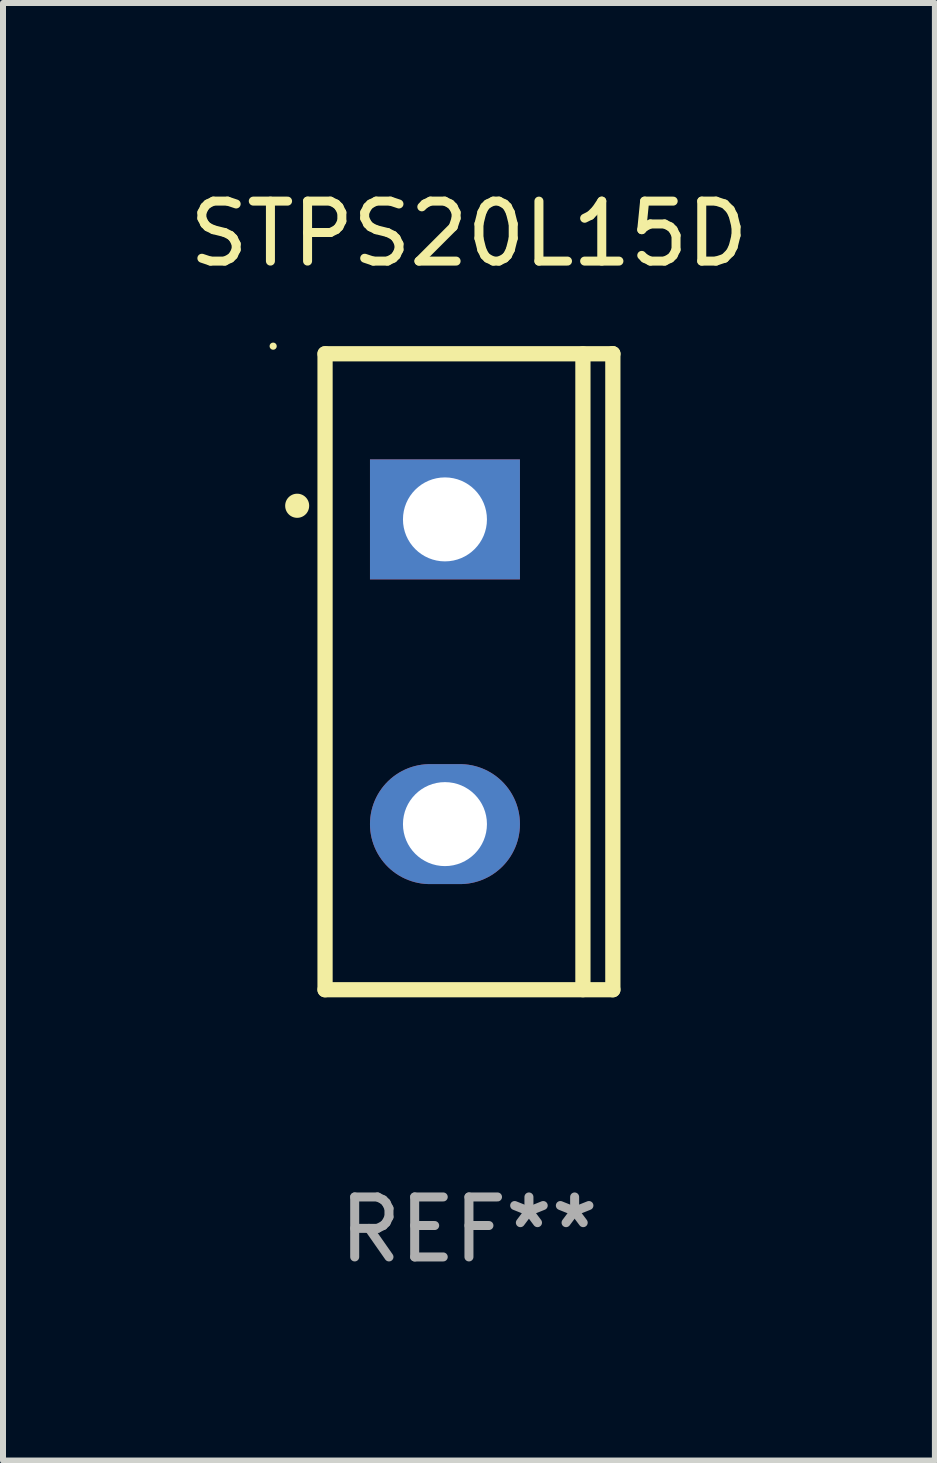
<source format=kicad_pcb>
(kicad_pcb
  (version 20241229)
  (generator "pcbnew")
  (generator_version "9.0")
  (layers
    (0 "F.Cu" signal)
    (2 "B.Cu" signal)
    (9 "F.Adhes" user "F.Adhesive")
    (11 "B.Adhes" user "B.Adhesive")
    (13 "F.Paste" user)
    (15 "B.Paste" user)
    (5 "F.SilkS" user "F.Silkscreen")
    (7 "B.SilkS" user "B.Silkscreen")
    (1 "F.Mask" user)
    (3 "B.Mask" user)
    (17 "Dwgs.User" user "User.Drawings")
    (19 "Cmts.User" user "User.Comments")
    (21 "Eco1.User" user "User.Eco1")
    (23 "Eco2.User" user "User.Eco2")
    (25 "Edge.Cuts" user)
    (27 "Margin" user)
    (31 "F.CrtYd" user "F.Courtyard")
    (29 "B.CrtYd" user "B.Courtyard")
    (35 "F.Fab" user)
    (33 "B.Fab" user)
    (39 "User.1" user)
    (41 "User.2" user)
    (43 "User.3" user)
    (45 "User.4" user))
  (footprint "STPS20L15D"
    (layer "F.Cu")
    (at 4.768 8.149)
    (property "Reference" "STPS20L15D" (at 0 -7.301 0) (layer "F.SilkS") (effects (font (size 1 1) (thickness 0.15))))
    (attr through_hole)
    (fp_line (start -2.399 -5.301) (end 2.394 -5.301) (stroke (width 0.254) (type solid)) (layer "F.SilkS"))
    (fp_line (start -2.399 5.301) (end -2.399 -5.301) (stroke (width 0.254) (type solid)) (layer "F.SilkS"))
    (fp_line (start 1.9 5.3) (end 1.9 -5.3) (stroke (width 0.254) (type solid)) (layer "F.SilkS"))
    (fp_line (start 2.394 -5.301) (end 2.399 -5.301) (stroke (width 0.254) (type solid)) (layer "F.SilkS"))
    (fp_line (start 2.399 -5.301) (end 2.399 5.301) (stroke (width 0.254) (type solid)) (layer "F.SilkS"))
    (fp_line (start 2.399 5.301) (end -2.399 5.301) (stroke (width 0.254) (type solid)) (layer "F.SilkS"))
    (fp_arc (start -2.863843 -2.766066) (mid -2.863847 -2.767336) (end -2.863843 -2.768606) (stroke (width 0.4) (type solid)) (layer "F.SilkS"))
    (fp_circle (center -3.264 -5.428) (end -3.234 -5.428) (stroke (width 0.06) (type solid)) (fill no) (layer "F.SilkS"))
    (fp_text user "REF**" (at 0 9.301 0) (layer "F.Fab") (effects (font (size 1 1) (thickness 0.15))))
    (pad "1" thru_hole rect (at -0.4 -2.54 270) (size 2 2.5) (drill 1.4) (layers "*.Cu" "*.Mask"))
    (pad "2" thru_hole oval (at -0.4 2.54 270) (size 2 2.5) (drill 1.4) (layers "*.Cu" "*.Mask")))
  (gr_rect
    (start -3 -3)
    (end 12.536 21.299)
    (stroke (width 0.1) (type default))
    (fill no)
    (layer "Edge.Cuts")))
</source>
